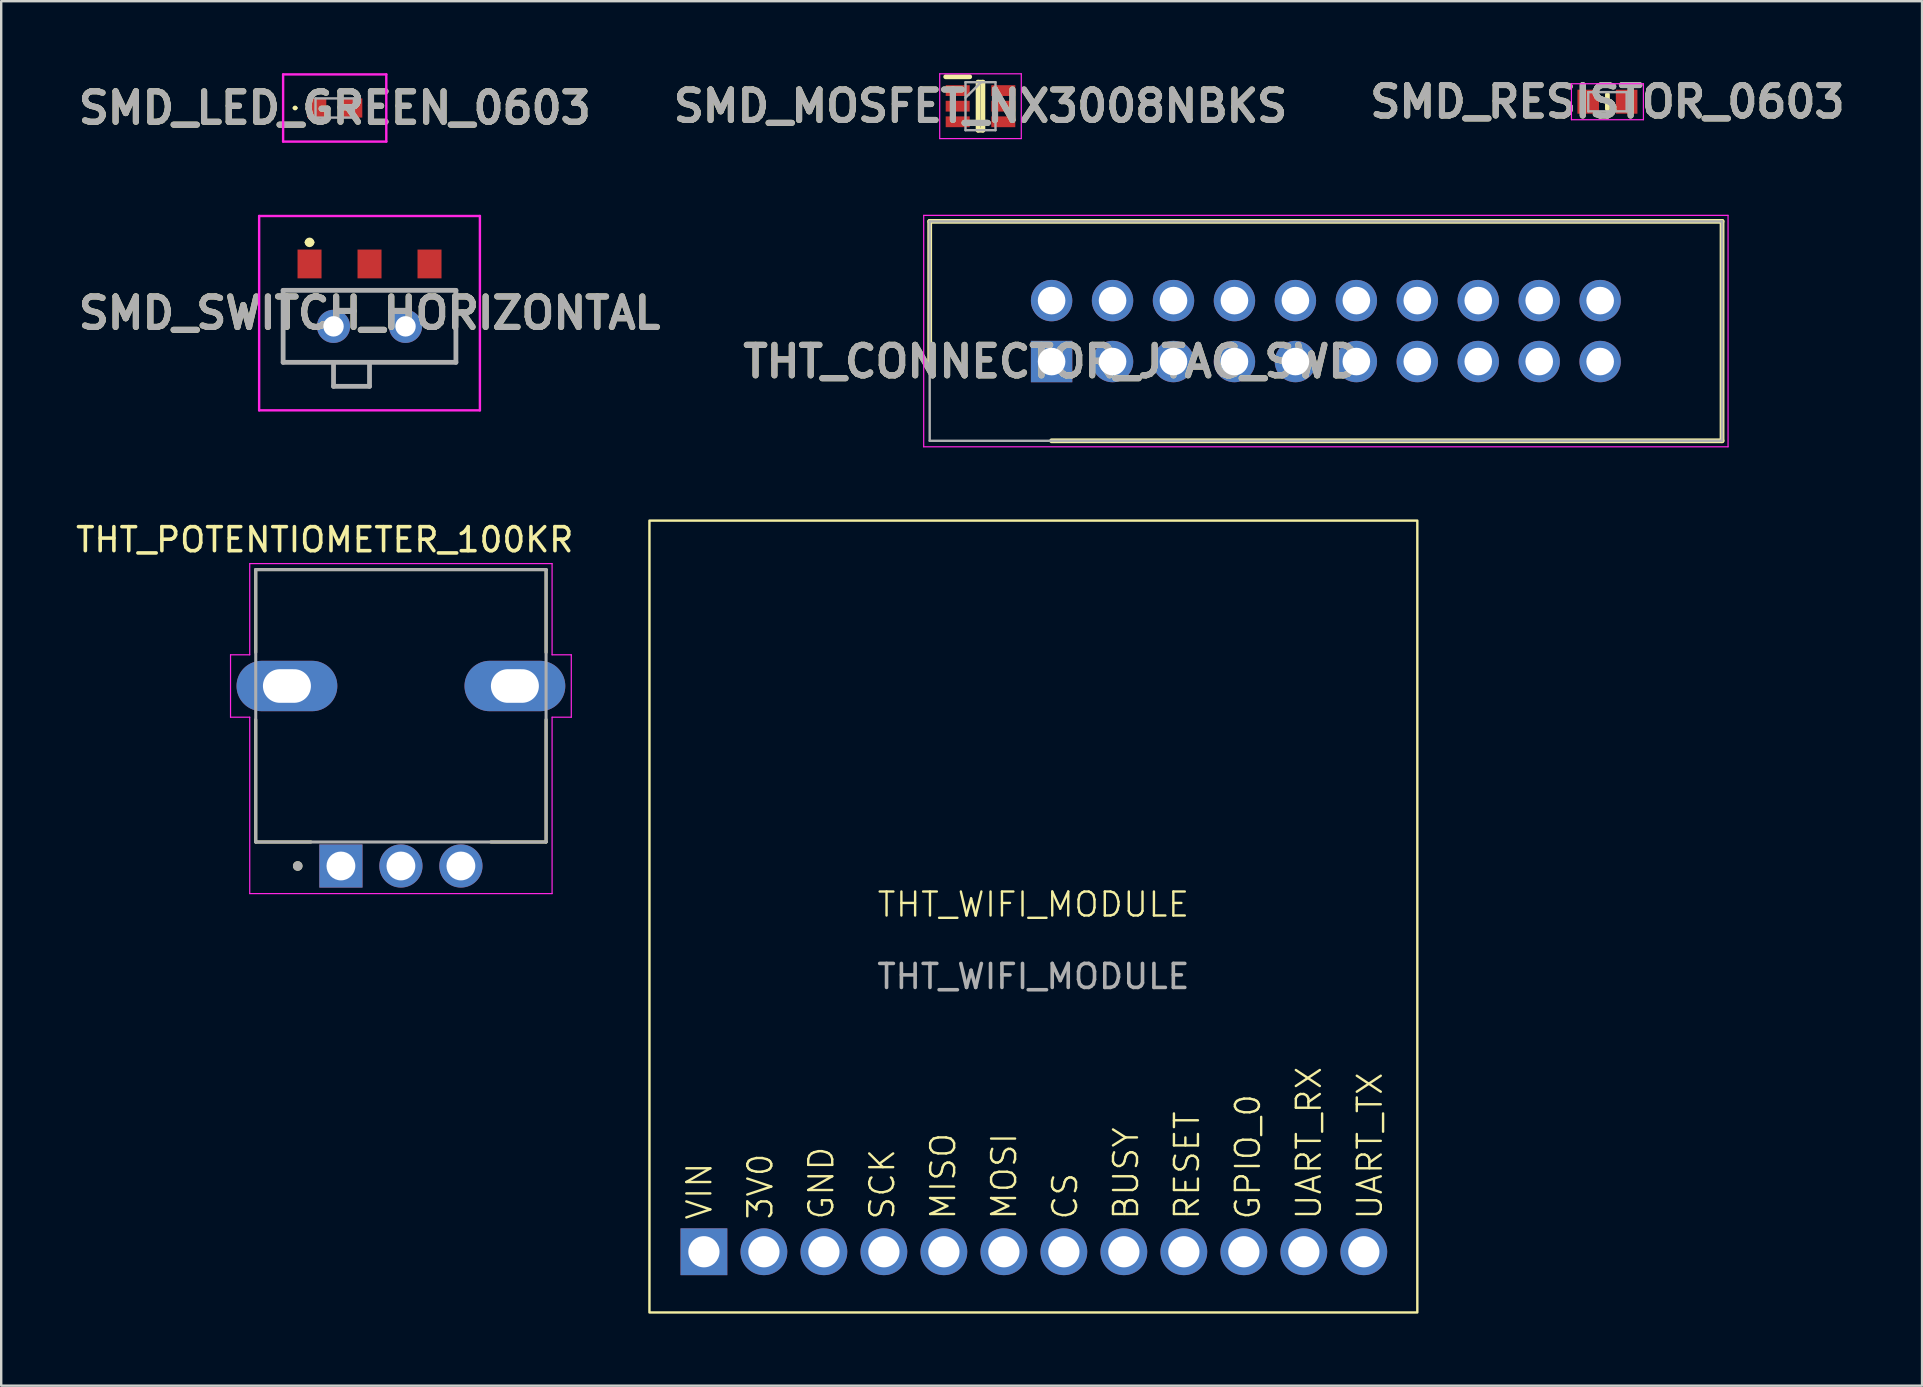
<source format=kicad_pcb>
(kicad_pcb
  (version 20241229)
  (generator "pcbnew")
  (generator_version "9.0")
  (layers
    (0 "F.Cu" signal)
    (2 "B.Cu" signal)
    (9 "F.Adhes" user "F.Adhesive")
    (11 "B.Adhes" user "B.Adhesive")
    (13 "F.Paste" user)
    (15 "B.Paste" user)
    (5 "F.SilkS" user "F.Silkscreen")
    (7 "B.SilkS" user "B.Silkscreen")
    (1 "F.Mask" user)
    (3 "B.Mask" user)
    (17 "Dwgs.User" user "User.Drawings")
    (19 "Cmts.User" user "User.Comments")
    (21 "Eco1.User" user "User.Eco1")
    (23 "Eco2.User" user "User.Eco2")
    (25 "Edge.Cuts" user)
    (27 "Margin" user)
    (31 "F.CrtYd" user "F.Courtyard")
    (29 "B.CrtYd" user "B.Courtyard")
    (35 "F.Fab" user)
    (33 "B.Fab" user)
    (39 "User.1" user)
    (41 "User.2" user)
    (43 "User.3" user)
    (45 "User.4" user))
  (footprint "SMD_SWITCH_HORIZONTAL"
    (layer "F.Cu")
    (at 12.349 10)
    (property "Reference" "SMD_SWITCH_HORIZONTAL" (at 0 0 0) (layer "F.SilkS") (effects (font (size 1.27 1.27) (thickness 0.254))))
    (attr through_hole)
    (fp_line (start -3.6 -0.95) (end 3.6 -0.95) (stroke (width 0.1) (type solid)) (layer "F.SilkS"))
    (fp_line (start -3.6 2.05) (end -3.6 -0.95) (stroke (width 0.1) (type solid)) (layer "F.SilkS"))
    (fp_line (start -2.6 -2.95) (end -2.6 -2.95) (stroke (width 0.2) (type solid)) (layer "F.SilkS"))
    (fp_line (start -2.4 -2.95) (end -2.4 -2.95) (stroke (width 0.2) (type solid)) (layer "F.SilkS"))
    (fp_line (start -1.5 2.05) (end -1.5 3.05) (stroke (width 0.1) (type solid)) (layer "F.SilkS"))
    (fp_line (start -1.5 3.05) (end 0 3.05) (stroke (width 0.1) (type solid)) (layer "F.SilkS"))
    (fp_line (start 0 3.05) (end 0 2.05) (stroke (width 0.1) (type solid)) (layer "F.SilkS"))
    (fp_line (start 3.6 -0.95) (end 3.6 2.05) (stroke (width 0.1) (type solid)) (layer "F.SilkS"))
    (fp_line (start 3.6 2.05) (end -3.6 2.05) (stroke (width 0.1) (type solid)) (layer "F.SilkS"))
    (fp_arc (start -2.6 -2.95) (mid -2.5 -3.05) (end -2.4 -2.95) (stroke (width 0.2) (type solid)) (layer "F.SilkS"))
    (fp_arc (start -2.4 -2.95) (mid -2.5 -2.85) (end -2.6 -2.95) (stroke (width 0.2) (type solid)) (layer "F.SilkS"))
    (fp_line (start -4.6 -4.05) (end 4.6 -4.05) (stroke (width 0.1) (type solid)) (layer "F.CrtYd"))
    (fp_line (start -4.6 4.05) (end -4.6 -4.05) (stroke (width 0.1) (type solid)) (layer "F.CrtYd"))
    (fp_line (start 4.6 -4.05) (end 4.6 4.05) (stroke (width 0.1) (type solid)) (layer "F.CrtYd"))
    (fp_line (start 4.6 4.05) (end -4.6 4.05) (stroke (width 0.1) (type solid)) (layer "F.CrtYd"))
    (fp_line (start -3.6 -0.95) (end 3.6 -0.95) (stroke (width 0.2) (type solid)) (layer "F.Fab"))
    (fp_line (start -3.6 2.05) (end -3.6 -0.95) (stroke (width 0.2) (type solid)) (layer "F.Fab"))
    (fp_line (start -1.5 3.05) (end -1.5 2.05) (stroke (width 0.2) (type solid)) (layer "F.Fab"))
    (fp_line (start 0 2.05) (end 0 3.05) (stroke (width 0.2) (type solid)) (layer "F.Fab"))
    (fp_line (start 0 3.05) (end -1.5 3.05) (stroke (width 0.2) (type solid)) (layer "F.Fab"))
    (fp_line (start 3.6 -0.95) (end 3.6 2.05) (stroke (width 0.2) (type solid)) (layer "F.Fab"))
    (fp_line (start 3.6 2.05) (end -3.6 2.05) (stroke (width 0.2) (type solid)) (layer "F.Fab"))
    (fp_text user "${REFERENCE}" (at 0 0 0) (layer "F.Fab") (effects (font (size 1.27 1.27) (thickness 0.254))))
    (pad "1" smd rect (at -2.5 -2.05) (size 1 1.2) (layers "F.Cu" "F.Mask" "F.Paste"))
    (pad "2" smd rect (at 0 -2.05) (size 1 1.2) (layers "F.Cu" "F.Mask" "F.Paste"))
    (pad "3" smd rect (at 2.5 -2.05) (size 1 1.2) (layers "F.Cu" "F.Mask" "F.Paste"))
    (pad "4" thru_hole circle (at -1.5 0.55) (size 1.381 1.381) (drill 0.85) (layers "*.Cu" "*.Mask"))
    (pad "5" thru_hole circle (at 1.5 0.55) (size 1.381 1.381) (drill 0.85) (layers "*.Cu" "*.Mask")))
  (footprint "THT_WIFI_MODULE"
    (layer "F.Cu")
    (at 40.014 35.144)
    (property "Reference" "THT_WIFI_MODULE" (at 0 -0.5 0) (unlocked yes) (layer "F.SilkS") (effects (font (size 1 1) (thickness 0.1))))
    (attr smd)
    (fp_rect (start -16 -16.5) (end 16 16.5) (stroke (width 0.1) (type solid)) (fill no) (layer "F.SilkS"))
    (fp_text user "MOSI" (at -0.635 12.7 90) (unlocked yes) (layer "F.SilkS") (effects (font (size 1 1) (thickness 0.1)) (justify left bottom)))
    (fp_text user "MISO" (at -3.175 12.7 90) (unlocked yes) (layer "F.SilkS") (effects (font (size 1 1) (thickness 0.1)) (justify left bottom)))
    (fp_text user "BUSY" (at 4.445 12.7 90) (unlocked yes) (layer "F.SilkS") (effects (font (size 1 1) (thickness 0.1)) (justify left bottom)))
    (fp_text user "CS" (at 1.905 12.7 90) (unlocked yes) (layer "F.SilkS") (effects (font (size 1 1) (thickness 0.1)) (justify left bottom)))
    (fp_text user "SCK" (at -5.715 12.7 90) (unlocked yes) (layer "F.SilkS") (effects (font (size 1 1) (thickness 0.1)) (justify left bottom)))
    (fp_text user "GPIO_0" (at 9.525 12.7 90) (unlocked yes) (layer "F.SilkS") (effects (font (size 1 1) (thickness 0.1)) (justify left bottom)))
    (fp_text user "VIN" (at -13.335 12.7 90) (unlocked yes) (layer "F.SilkS") (effects (font (size 1 1) (thickness 0.1)) (justify left bottom)))
    (fp_text user "GND" (at -8.255 12.7 90) (unlocked yes) (layer "F.SilkS") (effects (font (size 1 1) (thickness 0.1)) (justify left bottom)))
    (fp_text user "RESET" (at 6.985 12.7 90) (unlocked yes) (layer "F.SilkS") (effects (font (size 1 1) (thickness 0.1)) (justify left bottom)))
    (fp_text user "3V0" (at -10.795 12.7 90) (unlocked yes) (layer "F.SilkS") (effects (font (size 1 1) (thickness 0.1)) (justify left bottom)))
    (fp_text user "UART_TX" (at 14.605 12.7 90) (unlocked yes) (layer "F.SilkS") (effects (font (size 1 1) (thickness 0.1)) (justify left bottom)))
    (fp_text user "UART_RX" (at 12.065 12.7 90) (unlocked yes) (layer "F.SilkS") (effects (font (size 1 1) (thickness 0.1)) (justify left bottom)))
    (fp_text user "${REFERENCE}" (at 0 2.5 0) (unlocked yes) (layer "F.Fab") (effects (font (size 1 1) (thickness 0.15))))
    (pad "1" thru_hole rect (at -13.73 13.97) (size 1.95 1.95) (drill 1.3) (layers "*.Cu" "*.Mask"))
    (pad "2" thru_hole circle (at -11.23 13.97) (size 1.95 1.95) (drill 1.3) (layers "*.Cu" "*.Mask"))
    (pad "3" thru_hole circle (at -8.73 13.97) (size 1.95 1.95) (drill 1.3) (layers "*.Cu" "*.Mask"))
    (pad "4" thru_hole circle (at -6.23 13.97) (size 1.95 1.95) (drill 1.3) (layers "*.Cu" "*.Mask"))
    (pad "5" thru_hole circle (at -3.73 13.97) (size 1.95 1.95) (drill 1.3) (layers "*.Cu" "*.Mask"))
    (pad "6" thru_hole circle (at -1.23 13.97) (size 1.95 1.95) (drill 1.3) (layers "*.Cu" "*.Mask"))
    (pad "7" thru_hole circle (at 1.27 13.97) (size 1.95 1.95) (drill 1.3) (layers "*.Cu" "*.Mask"))
    (pad "8" thru_hole circle (at 3.77 13.97) (size 1.95 1.95) (drill 1.3) (layers "*.Cu" "*.Mask"))
    (pad "9" thru_hole circle (at 6.27 13.97) (size 1.95 1.95) (drill 1.3) (layers "*.Cu" "*.Mask"))
    (pad "10" thru_hole circle (at 8.77 13.97) (size 1.95 1.95) (drill 1.3) (layers "*.Cu" "*.Mask"))
    (pad "11" thru_hole circle (at 11.27 13.97) (size 1.95 1.95) (drill 1.3) (layers "*.Cu" "*.Mask"))
    (pad "12" thru_hole circle (at 13.77 13.97) (size 1.95 1.95) (drill 1.3) (layers "*.Cu" "*.Mask")))
  (footprint "THT_POTENTIOMETER_100KR"
    (layer "F.Cu")
    (at 13.657 25.538)
    (property "Reference" "THT_POTENTIOMETER_100KR" (at -3.175 -6.096 0) (layer "F.SilkS") (effects (font (size 1 1) (thickness 0.15))))
    (attr through_hole)
    (fp_line (start -6.05 -4.85) (end 6.05 -4.85) (stroke (width 0.127) (type solid)) (layer "F.SilkS"))
    (fp_line (start -6.05 -1.4) (end -6.05 -4.85) (stroke (width 0.127) (type solid)) (layer "F.SilkS"))
    (fp_line (start -6.05 6.5) (end -6.05 1.4) (stroke (width 0.127) (type solid)) (layer "F.SilkS"))
    (fp_line (start -3.75 6.5) (end -6.05 6.5) (stroke (width 0.127) (type solid)) (layer "F.SilkS"))
    (fp_line (start 6.05 -4.85) (end 6.05 -1.4) (stroke (width 0.127) (type solid)) (layer "F.SilkS"))
    (fp_line (start 6.05 1.4) (end 6.05 6.5) (stroke (width 0.127) (type solid)) (layer "F.SilkS"))
    (fp_line (start 6.05 6.5) (end 3.75 6.5) (stroke (width 0.127) (type solid)) (layer "F.SilkS"))
    (fp_circle (center -4.3 7.5) (end -4.2 7.5) (stroke (width 0.2) (type solid)) (fill no) (layer "F.SilkS"))
    (fp_line (start -7.1 -1.3) (end -6.3 -1.3) (stroke (width 0.05) (type solid)) (layer "F.CrtYd"))
    (fp_line (start -7.1 1.3) (end -7.1 -1.3) (stroke (width 0.05) (type solid)) (layer "F.CrtYd"))
    (fp_line (start -6.3 -5.1) (end 6.3 -5.1) (stroke (width 0.05) (type solid)) (layer "F.CrtYd"))
    (fp_line (start -6.3 -1.3) (end -6.3 -5.1) (stroke (width 0.05) (type solid)) (layer "F.CrtYd"))
    (fp_line (start -6.3 1.3) (end -7.1 1.3) (stroke (width 0.05) (type solid)) (layer "F.CrtYd"))
    (fp_line (start -6.3 8.65) (end -6.3 1.3) (stroke (width 0.05) (type solid)) (layer "F.CrtYd"))
    (fp_line (start 6.3 -5.1) (end 6.3 -1.3) (stroke (width 0.05) (type solid)) (layer "F.CrtYd"))
    (fp_line (start 6.3 -1.3) (end 7.1 -1.3) (stroke (width 0.05) (type solid)) (layer "F.CrtYd"))
    (fp_line (start 6.3 1.3) (end 6.3 8.65) (stroke (width 0.05) (type solid)) (layer "F.CrtYd"))
    (fp_line (start 6.3 8.65) (end -6.3 8.65) (stroke (width 0.05) (type solid)) (layer "F.CrtYd"))
    (fp_line (start 7.1 -1.3) (end 7.1 1.3) (stroke (width 0.05) (type solid)) (layer "F.CrtYd"))
    (fp_line (start 7.1 1.3) (end 6.3 1.3) (stroke (width 0.05) (type solid)) (layer "F.CrtYd"))
    (fp_line (start -6.05 -4.85) (end 6.05 -4.85) (stroke (width 0.127) (type solid)) (layer "F.Fab"))
    (fp_line (start -6.05 6.5) (end -6.05 -4.85) (stroke (width 0.127) (type solid)) (layer "F.Fab"))
    (fp_line (start 6.05 -4.85) (end 6.05 6.5) (stroke (width 0.127) (type solid)) (layer "F.Fab"))
    (fp_line (start 6.05 6.5) (end -6.05 6.5) (stroke (width 0.127) (type solid)) (layer "F.Fab"))
    (fp_circle (center -4.3 7.5) (end -4.2 7.5) (stroke (width 0.2) (type solid)) (fill no) (layer "F.Fab"))
    (pad "1" thru_hole rect (at -2.5 7.5) (size 1.8 1.8) (drill 1.2) (layers "*.Cu" "*.Mask"))
    (pad "2" thru_hole circle (at 0 7.5) (size 1.8 1.8) (drill 1.2) (layers "*.Cu" "*.Mask"))
    (pad "3" thru_hole circle (at 2.5 7.5) (size 1.8 1.8) (drill 1.2) (layers "*.Cu" "*.Mask"))
    (pad "S1" thru_hole oval (at -4.75 0) (size 4.2 2.1) (drill oval 2 1.4) (layers "*.Cu" "*.Mask"))
    (pad "S2" thru_hole oval (at 4.75 0) (size 4.2 2.1) (drill oval 2 1.4) (layers "*.Cu" "*.Mask")))
  (footprint "SMD_MOSFET_NX3008NBKS"
    (layer "F.Cu")
    (at 37.81 1.375)
    (property "Reference" "SMD_MOSFET_NX3008NBKS" (at 0 0 0) (layer "F.SilkS") (effects (font (size 1.27 1.27) (thickness 0.254))))
    (attr smd)
    (fp_line (start -1.45 -1.225) (end -0.45 -1.225) (stroke (width 0.2) (type solid)) (layer "F.SilkS"))
    (fp_line (start -0.1 -1) (end 0.1 -1) (stroke (width 0.2) (type solid)) (layer "F.SilkS"))
    (fp_line (start -0.1 1) (end -0.1 -1) (stroke (width 0.2) (type solid)) (layer "F.SilkS"))
    (fp_line (start 0.1 -1) (end 0.1 1) (stroke (width 0.2) (type solid)) (layer "F.SilkS"))
    (fp_line (start 0.1 1) (end -0.1 1) (stroke (width 0.2) (type solid)) (layer "F.SilkS"))
    (fp_line (start -1.7 -1.35) (end 1.7 -1.35) (stroke (width 0.05) (type solid)) (layer "F.CrtYd"))
    (fp_line (start -1.7 1.35) (end -1.7 -1.35) (stroke (width 0.05) (type solid)) (layer "F.CrtYd"))
    (fp_line (start 1.7 -1.35) (end 1.7 1.35) (stroke (width 0.05) (type solid)) (layer "F.CrtYd"))
    (fp_line (start 1.7 1.35) (end -1.7 1.35) (stroke (width 0.05) (type solid)) (layer "F.CrtYd"))
    (fp_line (start -0.625 -1) (end 0.625 -1) (stroke (width 0.1) (type solid)) (layer "F.Fab"))
    (fp_line (start -0.625 -0.35) (end 0.025 -1) (stroke (width 0.1) (type solid)) (layer "F.Fab"))
    (fp_line (start -0.625 1) (end -0.625 -1) (stroke (width 0.1) (type solid)) (layer "F.Fab"))
    (fp_line (start 0.625 -1) (end 0.625 1) (stroke (width 0.1) (type solid)) (layer "F.Fab"))
    (fp_line (start 0.625 1) (end -0.625 1) (stroke (width 0.1) (type solid)) (layer "F.Fab"))
    (fp_text user "${REFERENCE}" (at 0 0 0) (layer "F.Fab") (effects (font (size 1.27 1.27) (thickness 0.254))))
    (pad "1" smd rect (at -0.95 -0.65 90) (size 0.45 1) (layers "F.Cu" "F.Mask" "F.Paste"))
    (pad "2" smd rect (at -0.95 0 90) (size 0.45 1) (layers "F.Cu" "F.Mask" "F.Paste"))
    (pad "3" smd rect (at -0.95 0.65 90) (size 0.45 1) (layers "F.Cu" "F.Mask" "F.Paste"))
    (pad "4" smd rect (at 0.95 0.65 90) (size 0.45 1) (layers "F.Cu" "F.Mask" "F.Paste"))
    (pad "5" smd rect (at 0.95 0 90) (size 0.45 1) (layers "F.Cu" "F.Mask" "F.Paste"))
    (pad "6" smd rect (at 0.95 -0.65 90) (size 0.45 1) (layers "F.Cu" "F.Mask" "F.Paste")))
  (footprint "THT_CONNECTOR_JTAG_SWD"
    (layer "F.Cu")
    (at 52.143 10.767)
    (property "Reference" "THT_CONNECTOR_JTAG_SWD" (at -11.37 1.25 0) (layer "F.SilkS") (effects (font (size 1.27 1.27) (thickness 0.254))))
    (attr through_hole)
    (fp_line (start -16.45 -4.592) (end -16.45 1.25) (stroke (width 0.2) (type solid)) (layer "F.SilkS"))
    (fp_line (start -11.37 4.552) (end 16.57 4.552) (stroke (width 0.2) (type solid)) (layer "F.SilkS"))
    (fp_line (start 16.57 -4.592) (end -16.45 -4.592) (stroke (width 0.2) (type solid)) (layer "F.SilkS"))
    (fp_line (start 16.57 4.552) (end 16.57 -4.592) (stroke (width 0.2) (type solid)) (layer "F.SilkS"))
    (fp_line (start -16.7 -4.842) (end 16.82 -4.842) (stroke (width 0.05) (type solid)) (layer "F.CrtYd"))
    (fp_line (start -16.7 4.802) (end -16.7 -4.842) (stroke (width 0.05) (type solid)) (layer "F.CrtYd"))
    (fp_line (start 16.82 -4.842) (end 16.82 4.802) (stroke (width 0.05) (type solid)) (layer "F.CrtYd"))
    (fp_line (start 16.82 4.802) (end -16.7 4.802) (stroke (width 0.05) (type solid)) (layer "F.CrtYd"))
    (fp_line (start -16.45 -4.592) (end 16.57 -4.592) (stroke (width 0.1) (type solid)) (layer "F.Fab"))
    (fp_line (start -16.45 4.552) (end -16.45 -4.592) (stroke (width 0.1) (type solid)) (layer "F.Fab"))
    (fp_line (start 16.57 -4.592) (end 16.57 4.552) (stroke (width 0.1) (type solid)) (layer "F.Fab"))
    (fp_line (start 16.57 4.552) (end -16.45 4.552) (stroke (width 0.1) (type solid)) (layer "F.Fab"))
    (fp_text user "${REFERENCE}" (at -11.37 1.25 0) (layer "F.Fab") (effects (font (size 1.27 1.27) (thickness 0.254))))
    (pad "1" thru_hole rect (at -11.37 1.25) (size 1.725 1.725) (drill 1.15) (layers "*.Cu" "*.Mask"))
    (pad "2" thru_hole circle (at -11.37 -1.29) (size 1.725 1.725) (drill 1.15) (layers "*.Cu" "*.Mask"))
    (pad "3" thru_hole circle (at -8.83 1.25) (size 1.725 1.725) (drill 1.15) (layers "*.Cu" "*.Mask"))
    (pad "4" thru_hole circle (at -8.83 -1.29) (size 1.725 1.725) (drill 1.15) (layers "*.Cu" "*.Mask"))
    (pad "5" thru_hole circle (at -6.29 1.25) (size 1.725 1.725) (drill 1.15) (layers "*.Cu" "*.Mask"))
    (pad "6" thru_hole circle (at -6.29 -1.29) (size 1.725 1.725) (drill 1.15) (layers "*.Cu" "*.Mask"))
    (pad "7" thru_hole circle (at -3.75 1.25) (size 1.725 1.725) (drill 1.15) (layers "*.Cu" "*.Mask"))
    (pad "8" thru_hole circle (at -3.75 -1.29) (size 1.725 1.725) (drill 1.15) (layers "*.Cu" "*.Mask"))
    (pad "9" thru_hole circle (at -1.21 1.25) (size 1.725 1.725) (drill 1.15) (layers "*.Cu" "*.Mask"))
    (pad "10" thru_hole circle (at -1.21 -1.29) (size 1.725 1.725) (drill 1.15) (layers "*.Cu" "*.Mask"))
    (pad "11" thru_hole circle (at 1.33 1.25) (size 1.725 1.725) (drill 1.15) (layers "*.Cu" "*.Mask"))
    (pad "12" thru_hole circle (at 1.33 -1.29) (size 1.725 1.725) (drill 1.15) (layers "*.Cu" "*.Mask"))
    (pad "13" thru_hole circle (at 3.87 1.25) (size 1.725 1.725) (drill 1.15) (layers "*.Cu" "*.Mask"))
    (pad "14" thru_hole circle (at 3.87 -1.29) (size 1.725 1.725) (drill 1.15) (layers "*.Cu" "*.Mask"))
    (pad "15" thru_hole circle (at 6.41 1.25) (size 1.725 1.725) (drill 1.15) (layers "*.Cu" "*.Mask"))
    (pad "16" thru_hole circle (at 6.41 -1.29) (size 1.725 1.725) (drill 1.15) (layers "*.Cu" "*.Mask"))
    (pad "17" thru_hole circle (at 8.95 1.25) (size 1.725 1.725) (drill 1.15) (layers "*.Cu" "*.Mask"))
    (pad "18" thru_hole circle (at 8.95 -1.29) (size 1.725 1.725) (drill 1.15) (layers "*.Cu" "*.Mask"))
    (pad "19" thru_hole circle (at 11.49 1.25) (size 1.725 1.725) (drill 1.15) (layers "*.Cu" "*.Mask"))
    (pad "20" thru_hole circle (at 11.49 -1.29) (size 1.725 1.725) (drill 1.15) (layers "*.Cu" "*.Mask")))
  (footprint "SMD_LED_GREEN_0603"
    (layer "F.Cu")
    (at 10.898 1.45)
    (property "Reference" "SMD_LED_GREEN_0603" (at 0 0 0) (layer "F.SilkS") (effects (font (size 1.27 1.27) (thickness 0.254))))
    (attr smd)
    (fp_line (start -1.7 0) (end -1.7 0) (stroke (width 0.1) (type solid)) (layer "F.SilkS"))
    (fp_line (start -1.6 0) (end -1.6 0) (stroke (width 0.1) (type solid)) (layer "F.SilkS"))
    (fp_arc (start -1.7 0) (mid -1.65 -0.05) (end -1.6 0) (stroke (width 0.1) (type solid)) (layer "F.SilkS"))
    (fp_arc (start -1.6 0) (mid -1.65 0.05) (end -1.7 0) (stroke (width 0.1) (type solid)) (layer "F.SilkS"))
    (fp_line (start -2.15 -1.4) (end 2.15 -1.4) (stroke (width 0.1) (type solid)) (layer "F.CrtYd"))
    (fp_line (start -2.15 1.4) (end -2.15 -1.4) (stroke (width 0.1) (type solid)) (layer "F.CrtYd"))
    (fp_line (start 2.15 -1.4) (end 2.15 1.4) (stroke (width 0.1) (type solid)) (layer "F.CrtYd"))
    (fp_line (start 2.15 1.4) (end -2.15 1.4) (stroke (width 0.1) (type solid)) (layer "F.CrtYd"))
    (fp_line (start -0.8 -0.4) (end 0.8 -0.4) (stroke (width 0.1) (type solid)) (layer "F.Fab"))
    (fp_line (start -0.8 0.4) (end -0.8 -0.4) (stroke (width 0.1) (type solid)) (layer "F.Fab"))
    (fp_line (start 0.8 -0.4) (end 0.8 0.4) (stroke (width 0.1) (type solid)) (layer "F.Fab"))
    (fp_line (start 0.8 0.4) (end -0.8 0.4) (stroke (width 0.1) (type solid)) (layer "F.Fab"))
    (fp_text user "${REFERENCE}" (at 0 0 0) (layer "F.Fab") (effects (font (size 1.27 1.27) (thickness 0.254))))
    (pad "1" smd rect (at -0.75 0) (size 0.8 0.8) (layers "F.Cu" "F.Mask" "F.Paste"))
    (pad "2" smd rect (at 0.75 0) (size 0.8 0.8) (layers "F.Cu" "F.Mask" "F.Paste")))
  (footprint "SMD_RESISTOR_0603"
    (layer "F.Cu")
    (at 63.936 1.189)
    (property "Reference" "SMD_RESISTOR_0603" (at 0 0 0) (layer "F.SilkS") (effects (font (size 1.27 1.27) (thickness 0.254))))
    (attr smd)
    (fp_line (start 0 -0.3) (end 0 0.3) (stroke (width 0.2) (type solid)) (layer "F.SilkS"))
    (fp_line (start -1.5 -0.75) (end 1.5 -0.75) (stroke (width 0.05) (type solid)) (layer "F.CrtYd"))
    (fp_line (start -1.5 0.75) (end -1.5 -0.75) (stroke (width 0.05) (type solid)) (layer "F.CrtYd"))
    (fp_line (start 1.5 -0.75) (end 1.5 0.75) (stroke (width 0.05) (type solid)) (layer "F.CrtYd"))
    (fp_line (start 1.5 0.75) (end -1.5 0.75) (stroke (width 0.05) (type solid)) (layer "F.CrtYd"))
    (fp_line (start -0.8 -0.4) (end 0.8 -0.4) (stroke (width 0.1) (type solid)) (layer "F.Fab"))
    (fp_line (start -0.8 0.4) (end -0.8 -0.4) (stroke (width 0.1) (type solid)) (layer "F.Fab"))
    (fp_line (start 0.8 -0.4) (end 0.8 0.4) (stroke (width 0.1) (type solid)) (layer "F.Fab"))
    (fp_line (start 0.8 0.4) (end -0.8 0.4) (stroke (width 0.1) (type solid)) (layer "F.Fab"))
    (fp_text user "${REFERENCE}" (at 0 0 0) (layer "F.Fab") (effects (font (size 1.27 1.27) (thickness 0.254))))
    (pad "1" smd rect (at -0.8 0) (size 0.9 1) (layers "F.Cu" "F.Mask" "F.Paste"))
    (pad "2" smd rect (at 0.8 0) (size 0.9 1) (layers "F.Cu" "F.Mask" "F.Paste")))
  (gr_rect
    (start -3 -3)
    (end 77.048 54.694)
    (stroke (width 0.1) (type default))
    (fill no)
    (layer "Edge.Cuts")))
</source>
